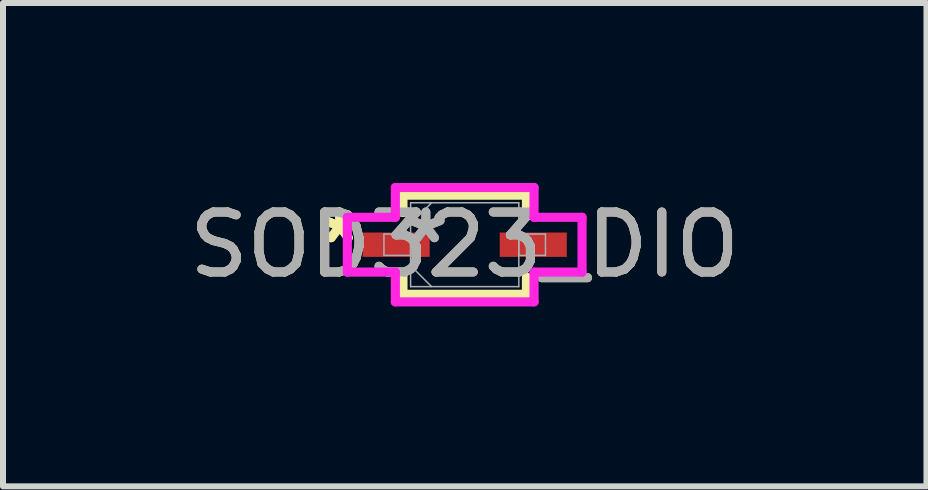
<source format=kicad_pcb>
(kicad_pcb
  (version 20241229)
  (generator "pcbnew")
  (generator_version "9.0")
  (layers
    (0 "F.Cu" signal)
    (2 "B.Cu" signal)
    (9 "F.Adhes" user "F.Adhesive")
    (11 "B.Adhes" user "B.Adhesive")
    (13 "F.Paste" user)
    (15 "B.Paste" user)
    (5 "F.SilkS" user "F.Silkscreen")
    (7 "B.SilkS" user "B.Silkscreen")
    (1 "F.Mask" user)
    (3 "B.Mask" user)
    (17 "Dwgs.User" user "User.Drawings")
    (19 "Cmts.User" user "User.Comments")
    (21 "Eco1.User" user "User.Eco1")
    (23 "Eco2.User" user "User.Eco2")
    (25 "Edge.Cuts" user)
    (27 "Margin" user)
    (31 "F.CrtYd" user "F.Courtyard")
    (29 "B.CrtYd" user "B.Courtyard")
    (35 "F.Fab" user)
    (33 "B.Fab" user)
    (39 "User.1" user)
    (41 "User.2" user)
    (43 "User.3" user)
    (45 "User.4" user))
  (footprint "SOD323_DIO"
    (layer "F.Cu")
    (at 4.696 1.029)
    (property "Reference" "SOD323_DIO" (at 0 0 0) (unlocked yes) (layer "F.SilkS") (effects (font (size 1 1) (thickness 0.15))))
    (attr smd)
    (fp_line (start -1.029 -0.826) (end -1.029 -0.536) (stroke (width 0.152) (type solid)) (layer "F.SilkS"))
    (fp_line (start -1.029 0.536) (end -1.029 0.826) (stroke (width 0.152) (type solid)) (layer "F.SilkS"))
    (fp_line (start -1.029 0.826) (end 1.029 0.826) (stroke (width 0.152) (type solid)) (layer "F.SilkS"))
    (fp_line (start 1.029 -0.826) (end -1.029 -0.826) (stroke (width 0.152) (type solid)) (layer "F.SilkS"))
    (fp_line (start 1.029 -0.536) (end 1.029 -0.826) (stroke (width 0.152) (type solid)) (layer "F.SilkS"))
    (fp_line (start 1.029 0.826) (end 1.029 0.536) (stroke (width 0.152) (type solid)) (layer "F.SilkS"))
    (fp_line (start -1.956 -0.457) (end -1.156 -0.457) (stroke (width 0.152) (type solid)) (layer "F.CrtYd"))
    (fp_line (start -1.956 0.457) (end -1.956 -0.457) (stroke (width 0.152) (type solid)) (layer "F.CrtYd"))
    (fp_line (start -1.156 -0.953) (end 1.156 -0.953) (stroke (width 0.152) (type solid)) (layer "F.CrtYd"))
    (fp_line (start -1.156 -0.457) (end -1.156 -0.953) (stroke (width 0.152) (type solid)) (layer "F.CrtYd"))
    (fp_line (start -1.156 0.457) (end -1.956 0.457) (stroke (width 0.152) (type solid)) (layer "F.CrtYd"))
    (fp_line (start -1.156 0.953) (end -1.156 0.457) (stroke (width 0.152) (type solid)) (layer "F.CrtYd"))
    (fp_line (start 1.156 -0.953) (end 1.156 -0.457) (stroke (width 0.152) (type solid)) (layer "F.CrtYd"))
    (fp_line (start 1.156 -0.457) (end 1.956 -0.457) (stroke (width 0.152) (type solid)) (layer "F.CrtYd"))
    (fp_line (start 1.156 0.457) (end 1.156 0.953) (stroke (width 0.152) (type solid)) (layer "F.CrtYd"))
    (fp_line (start 1.156 0.953) (end -1.156 0.953) (stroke (width 0.152) (type solid)) (layer "F.CrtYd"))
    (fp_line (start 1.956 -0.457) (end 1.956 0.457) (stroke (width 0.152) (type solid)) (layer "F.CrtYd"))
    (fp_line (start 1.956 0.457) (end 1.156 0.457) (stroke (width 0.152) (type solid)) (layer "F.CrtYd"))
    (fp_line (start -1.346 -0.178) (end -1.346 0.178) (stroke (width 0.025) (type solid)) (layer "F.Fab"))
    (fp_line (start -1.346 0.178) (end -0.902 0.178) (stroke (width 0.025) (type solid)) (layer "F.Fab"))
    (fp_line (start -0.902 -0.699) (end -0.902 0.699) (stroke (width 0.025) (type solid)) (layer "F.Fab"))
    (fp_line (start -0.902 -0.349) (end -0.552 -0.699) (stroke (width 0.025) (type solid)) (layer "F.Fab"))
    (fp_line (start -0.902 -0.178) (end -1.346 -0.178) (stroke (width 0.025) (type solid)) (layer "F.Fab"))
    (fp_line (start -0.902 0.178) (end -0.902 -0.178) (stroke (width 0.025) (type solid)) (layer "F.Fab"))
    (fp_line (start -0.902 0.349) (end -0.552 0.699) (stroke (width 0.025) (type solid)) (layer "F.Fab"))
    (fp_line (start -0.902 0.699) (end 0.902 0.699) (stroke (width 0.025) (type solid)) (layer "F.Fab"))
    (fp_line (start 0.902 -0.699) (end -0.902 -0.699) (stroke (width 0.025) (type solid)) (layer "F.Fab"))
    (fp_line (start 0.902 -0.178) (end 0.902 0.178) (stroke (width 0.025) (type solid)) (layer "F.Fab"))
    (fp_line (start 0.902 0.178) (end 1.346 0.178) (stroke (width 0.025) (type solid)) (layer "F.Fab"))
    (fp_line (start 0.902 0.699) (end 0.902 -0.699) (stroke (width 0.025) (type solid)) (layer "F.Fab"))
    (fp_line (start 1.346 -0.178) (end 0.902 -0.178) (stroke (width 0.025) (type solid)) (layer "F.Fab"))
    (fp_line (start 1.346 0.178) (end 1.346 -0.178) (stroke (width 0.025) (type solid)) (layer "F.Fab"))
    (fp_text user "*" (at -2.083 0 0) (layer "F.SilkS") (effects (font (size 1 1) (thickness 0.15))))
    (fp_text user "*" (at -2.083 0 0) (unlocked yes) (layer "F.SilkS") (effects (font (size 1 1) (thickness 0.15))))
    (fp_text user "*" (at -0.648 0 0) (unlocked yes) (layer "F.Fab") (effects (font (size 1 1) (thickness 0.15))))
    (fp_text user "*" (at -0.648 0 0) (layer "F.Fab") (effects (font (size 1 1) (thickness 0.15))))
    (fp_text user "${REFERENCE}" (at 0 0 0) (unlocked yes) (layer "F.Fab") (effects (font (size 1 1) (thickness 0.15))))
    (pad "1" smd rect (at -1.143 0) (size 1.118 0.406) (layers "F.Cu" "F.Mask" "F.Paste"))
    (pad "2" smd rect (at 1.143 0) (size 1.118 0.406) (layers "F.Cu" "F.Mask" "F.Paste")))
  (gr_rect
    (start -3 -3)
    (end 12.393 5.057)
    (stroke (width 0.1) (type default))
    (fill no)
    (layer "Edge.Cuts")))
</source>
